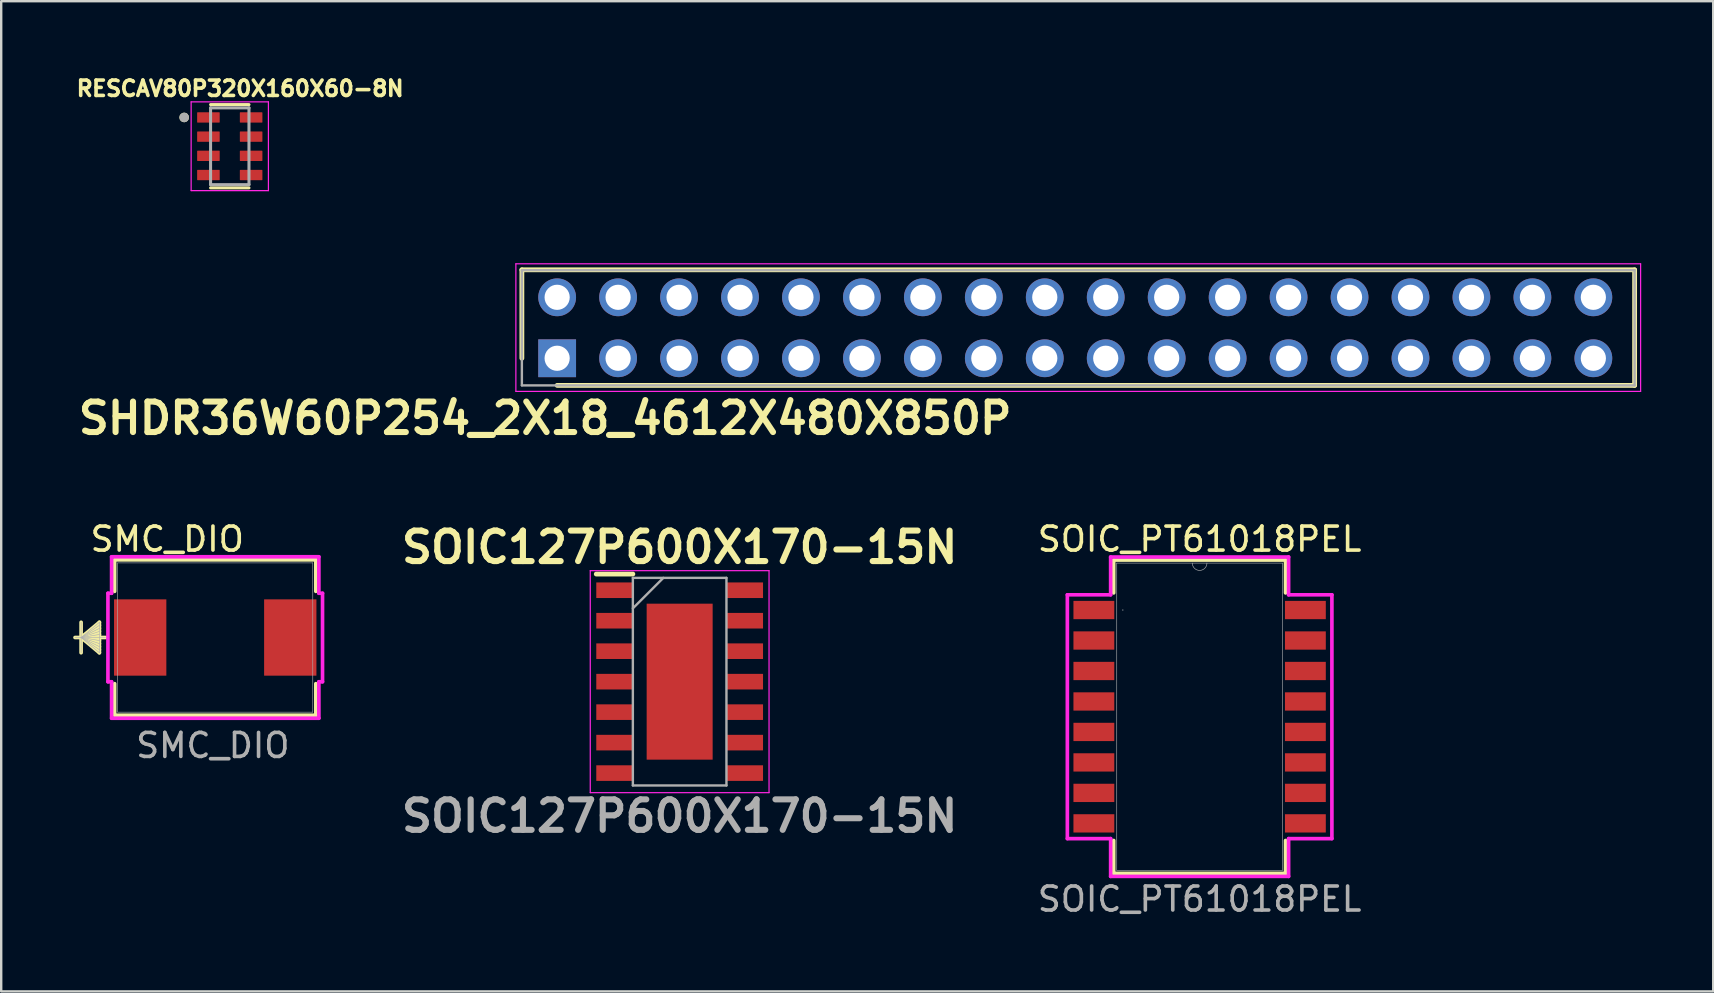
<source format=kicad_pcb>
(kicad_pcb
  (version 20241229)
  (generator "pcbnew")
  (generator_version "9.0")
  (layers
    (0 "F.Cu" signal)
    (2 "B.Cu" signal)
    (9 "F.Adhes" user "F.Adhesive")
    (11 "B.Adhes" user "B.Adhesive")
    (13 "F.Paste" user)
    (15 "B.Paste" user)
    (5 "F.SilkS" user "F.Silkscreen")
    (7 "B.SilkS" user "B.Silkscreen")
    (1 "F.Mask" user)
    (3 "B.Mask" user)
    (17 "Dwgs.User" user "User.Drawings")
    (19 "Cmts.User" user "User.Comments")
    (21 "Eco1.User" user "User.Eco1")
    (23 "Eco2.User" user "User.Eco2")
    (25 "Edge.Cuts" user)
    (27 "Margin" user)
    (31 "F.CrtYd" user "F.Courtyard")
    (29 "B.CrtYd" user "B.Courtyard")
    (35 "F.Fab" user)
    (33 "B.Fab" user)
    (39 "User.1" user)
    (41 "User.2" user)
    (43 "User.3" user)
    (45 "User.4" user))
  (footprint "SHDR36W60P254_2X18_4612X480X850P"
    (layer "F.Cu")
    (at 20.167 11.879)
    (property "Reference" "SHDR36W60P254_2X18_4612X480X850P" (at -0.5 2.5 0) (layer "F.SilkS") (effects (font (size 1.27 1.27) (thickness 0.254))))
    (attr through_hole)
    (fp_line (start -1.47 -3.685) (end -1.47 0) (stroke (width 0.2) (type solid)) (layer "F.SilkS"))
    (fp_line (start 0 1.13) (end 44.9 1.13) (stroke (width 0.2) (type solid)) (layer "F.SilkS"))
    (fp_line (start 44.9 -3.685) (end -1.47 -3.685) (stroke (width 0.2) (type solid)) (layer "F.SilkS"))
    (fp_line (start 44.9 1.13) (end 44.9 -3.685) (stroke (width 0.2) (type solid)) (layer "F.SilkS"))
    (fp_line (start -1.72 -3.935) (end 45.15 -3.935) (stroke (width 0.05) (type solid)) (layer "F.CrtYd"))
    (fp_line (start -1.72 1.38) (end -1.72 -3.935) (stroke (width 0.05) (type solid)) (layer "F.CrtYd"))
    (fp_line (start 45.15 -3.935) (end 45.15 1.38) (stroke (width 0.05) (type solid)) (layer "F.CrtYd"))
    (fp_line (start 45.15 1.38) (end -1.72 1.38) (stroke (width 0.05) (type solid)) (layer "F.CrtYd"))
    (fp_line (start -1.47 -3.67) (end 44.9 -3.67) (stroke (width 0.1) (type solid)) (layer "F.Fab"))
    (fp_line (start -1.47 1.13) (end -1.47 -3.67) (stroke (width 0.1) (type solid)) (layer "F.Fab"))
    (fp_line (start 44.9 -3.67) (end 44.9 1.13) (stroke (width 0.1) (type solid)) (layer "F.Fab"))
    (fp_line (start 44.9 1.13) (end -1.47 1.13) (stroke (width 0.1) (type solid)) (layer "F.Fab"))
    (pad "1" thru_hole rect (at 0 0) (size 1.575 1.575) (drill 1.05) (layers "*.Cu" "*.Mask"))
    (pad "2" thru_hole circle (at 0 -2.54) (size 1.575 1.575) (drill 1.05) (layers "*.Cu" "*.Mask"))
    (pad "3" thru_hole circle (at 2.54 0) (size 1.575 1.575) (drill 1.05) (layers "*.Cu" "*.Mask"))
    (pad "4" thru_hole circle (at 2.54 -2.54) (size 1.575 1.575) (drill 1.05) (layers "*.Cu" "*.Mask"))
    (pad "5" thru_hole circle (at 5.08 0) (size 1.575 1.575) (drill 1.05) (layers "*.Cu" "*.Mask"))
    (pad "6" thru_hole circle (at 5.08 -2.54) (size 1.575 1.575) (drill 1.05) (layers "*.Cu" "*.Mask"))
    (pad "7" thru_hole circle (at 7.62 0) (size 1.575 1.575) (drill 1.05) (layers "*.Cu" "*.Mask"))
    (pad "8" thru_hole circle (at 7.62 -2.54) (size 1.575 1.575) (drill 1.05) (layers "*.Cu" "*.Mask"))
    (pad "9" thru_hole circle (at 10.16 0) (size 1.575 1.575) (drill 1.05) (layers "*.Cu" "*.Mask"))
    (pad "10" thru_hole circle (at 10.16 -2.54) (size 1.575 1.575) (drill 1.05) (layers "*.Cu" "*.Mask"))
    (pad "11" thru_hole circle (at 12.7 0) (size 1.575 1.575) (drill 1.05) (layers "*.Cu" "*.Mask"))
    (pad "12" thru_hole circle (at 12.7 -2.54) (size 1.575 1.575) (drill 1.05) (layers "*.Cu" "*.Mask"))
    (pad "13" thru_hole circle (at 15.24 0) (size 1.575 1.575) (drill 1.05) (layers "*.Cu" "*.Mask"))
    (pad "14" thru_hole circle (at 15.24 -2.54) (size 1.575 1.575) (drill 1.05) (layers "*.Cu" "*.Mask"))
    (pad "15" thru_hole circle (at 17.78 0) (size 1.575 1.575) (drill 1.05) (layers "*.Cu" "*.Mask"))
    (pad "16" thru_hole circle (at 17.78 -2.54) (size 1.575 1.575) (drill 1.05) (layers "*.Cu" "*.Mask"))
    (pad "17" thru_hole circle (at 20.32 0) (size 1.575 1.575) (drill 1.05) (layers "*.Cu" "*.Mask"))
    (pad "18" thru_hole circle (at 20.32 -2.54) (size 1.575 1.575) (drill 1.05) (layers "*.Cu" "*.Mask"))
    (pad "19" thru_hole circle (at 22.86 0) (size 1.575 1.575) (drill 1.05) (layers "*.Cu" "*.Mask"))
    (pad "20" thru_hole circle (at 22.86 -2.54) (size 1.575 1.575) (drill 1.05) (layers "*.Cu" "*.Mask"))
    (pad "21" thru_hole circle (at 25.4 0) (size 1.575 1.575) (drill 1.05) (layers "*.Cu" "*.Mask"))
    (pad "22" thru_hole circle (at 25.4 -2.54) (size 1.575 1.575) (drill 1.05) (layers "*.Cu" "*.Mask"))
    (pad "23" thru_hole circle (at 27.94 0) (size 1.575 1.575) (drill 1.05) (layers "*.Cu" "*.Mask"))
    (pad "24" thru_hole circle (at 27.94 -2.54) (size 1.575 1.575) (drill 1.05) (layers "*.Cu" "*.Mask"))
    (pad "25" thru_hole circle (at 30.48 0) (size 1.575 1.575) (drill 1.05) (layers "*.Cu" "*.Mask"))
    (pad "26" thru_hole circle (at 30.48 -2.54) (size 1.575 1.575) (drill 1.05) (layers "*.Cu" "*.Mask"))
    (pad "27" thru_hole circle (at 33.02 0) (size 1.575 1.575) (drill 1.05) (layers "*.Cu" "*.Mask"))
    (pad "28" thru_hole circle (at 33.02 -2.54) (size 1.575 1.575) (drill 1.05) (layers "*.Cu" "*.Mask"))
    (pad "29" thru_hole circle (at 35.56 0) (size 1.575 1.575) (drill 1.05) (layers "*.Cu" "*.Mask"))
    (pad "30" thru_hole circle (at 35.56 -2.54) (size 1.575 1.575) (drill 1.05) (layers "*.Cu" "*.Mask"))
    (pad "31" thru_hole circle (at 38.1 0) (size 1.575 1.575) (drill 1.05) (layers "*.Cu" "*.Mask"))
    (pad "32" thru_hole circle (at 38.1 -2.54) (size 1.575 1.575) (drill 1.05) (layers "*.Cu" "*.Mask"))
    (pad "33" thru_hole circle (at 40.64 0) (size 1.575 1.575) (drill 1.05) (layers "*.Cu" "*.Mask"))
    (pad "34" thru_hole circle (at 40.64 -2.54) (size 1.575 1.575) (drill 1.05) (layers "*.Cu" "*.Mask"))
    (pad "35" thru_hole circle (at 43.18 0) (size 1.575 1.575) (drill 1.05) (layers "*.Cu" "*.Mask"))
    (pad "36" thru_hole circle (at 43.18 -2.54) (size 1.575 1.575) (drill 1.05) (layers "*.Cu" "*.Mask")))
  (footprint "SOIC_PT61018PEL"
    (layer "F.Cu")
    (at 46.94 26.816)
    (property "Reference" "SOIC_PT61018PEL" (at 0 -7.4 0) (unlocked yes) (layer "F.SilkS") (effects (font (size 1 1) (thickness 0.15))))
    (attr smd)
    (fp_line (start -3.581 -6.528) (end -3.581 -5.159) (stroke (width 0.152) (type solid)) (layer "F.SilkS"))
    (fp_line (start -3.581 5.159) (end -3.581 6.528) (stroke (width 0.152) (type solid)) (layer "F.SilkS"))
    (fp_line (start -3.581 6.528) (end 3.581 6.528) (stroke (width 0.152) (type solid)) (layer "F.SilkS"))
    (fp_line (start 3.581 -6.528) (end -3.581 -6.528) (stroke (width 0.152) (type solid)) (layer "F.SilkS"))
    (fp_line (start 3.581 -5.159) (end 3.581 -6.528) (stroke (width 0.152) (type solid)) (layer "F.SilkS"))
    (fp_line (start 3.581 6.528) (end 3.581 5.159) (stroke (width 0.152) (type solid)) (layer "F.SilkS"))
    (fp_line (start -5.512 -5.08) (end -3.708 -5.08) (stroke (width 0.152) (type solid)) (layer "F.CrtYd"))
    (fp_line (start -5.512 5.08) (end -5.512 -5.08) (stroke (width 0.152) (type solid)) (layer "F.CrtYd"))
    (fp_line (start -5.512 5.08) (end -3.708 5.08) (stroke (width 0.152) (type solid)) (layer "F.CrtYd"))
    (fp_line (start -3.708 -6.655) (end 3.708 -6.655) (stroke (width 0.152) (type solid)) (layer "F.CrtYd"))
    (fp_line (start -3.708 -5.08) (end -3.708 -6.655) (stroke (width 0.152) (type solid)) (layer "F.CrtYd"))
    (fp_line (start -3.708 6.655) (end -3.708 5.08) (stroke (width 0.152) (type solid)) (layer "F.CrtYd"))
    (fp_line (start 3.708 -6.655) (end 3.708 -5.08) (stroke (width 0.152) (type solid)) (layer "F.CrtYd"))
    (fp_line (start 3.708 5.08) (end 3.708 6.655) (stroke (width 0.152) (type solid)) (layer "F.CrtYd"))
    (fp_line (start 3.708 6.655) (end -3.708 6.655) (stroke (width 0.152) (type solid)) (layer "F.CrtYd"))
    (fp_line (start 5.512 -5.08) (end 3.708 -5.08) (stroke (width 0.152) (type solid)) (layer "F.CrtYd"))
    (fp_line (start 5.512 -5.08) (end 5.512 5.08) (stroke (width 0.152) (type solid)) (layer "F.CrtYd"))
    (fp_line (start 5.512 5.08) (end 3.708 5.08) (stroke (width 0.152) (type solid)) (layer "F.CrtYd"))
    (fp_line (start -3.454 -6.401) (end -3.454 6.401) (stroke (width 0.025) (type solid)) (layer "F.Fab"))
    (fp_line (start -3.454 6.401) (end 3.454 6.401) (stroke (width 0.025) (type solid)) (layer "F.Fab"))
    (fp_line (start 3.454 -6.401) (end -3.454 -6.401) (stroke (width 0.025) (type solid)) (layer "F.Fab"))
    (fp_line (start 3.454 6.401) (end 3.454 -6.401) (stroke (width 0.025) (type solid)) (layer "F.Fab"))
    (fp_arc (start 0.3048 -6.4008) (mid 0 -6.096) (end -0.3048 -6.4008) (stroke (width 0.0254) (type solid)) (layer "F.Fab"))
    (fp_circle (center -3.2 -4.445) (end -3.2 -4.445) (stroke (width 0.025) (type solid)) (fill no) (layer "F.Fab"))
    (fp_text user "${REFERENCE}" (at 0 7.6 0) (unlocked yes) (layer "F.Fab") (effects (font (size 1 1) (thickness 0.15))))
    (pad "1" smd rect (at -4.407 -4.445) (size 1.702 0.762) (layers "F.Cu" "F.Mask" "F.Paste"))
    (pad "2" smd rect (at -4.407 -3.175) (size 1.702 0.762) (layers "F.Cu" "F.Mask" "F.Paste"))
    (pad "3" smd rect (at -4.407 -1.905) (size 1.702 0.762) (layers "F.Cu" "F.Mask" "F.Paste"))
    (pad "4" smd rect (at -4.407 -0.635) (size 1.702 0.762) (layers "F.Cu" "F.Mask" "F.Paste"))
    (pad "5" smd rect (at -4.407 0.635) (size 1.702 0.762) (layers "F.Cu" "F.Mask" "F.Paste"))
    (pad "6" smd rect (at -4.407 1.905) (size 1.702 0.762) (layers "F.Cu" "F.Mask" "F.Paste"))
    (pad "7" smd rect (at -4.407 3.175) (size 1.702 0.762) (layers "F.Cu" "F.Mask" "F.Paste"))
    (pad "8" smd rect (at -4.407 4.445) (size 1.702 0.762) (layers "F.Cu" "F.Mask" "F.Paste"))
    (pad "9" smd rect (at 4.407 4.445) (size 1.702 0.762) (layers "F.Cu" "F.Mask" "F.Paste"))
    (pad "10" smd rect (at 4.407 3.175) (size 1.702 0.762) (layers "F.Cu" "F.Mask" "F.Paste"))
    (pad "11" smd rect (at 4.407 1.905) (size 1.702 0.762) (layers "F.Cu" "F.Mask" "F.Paste"))
    (pad "12" smd rect (at 4.407 0.635) (size 1.702 0.762) (layers "F.Cu" "F.Mask" "F.Paste"))
    (pad "13" smd rect (at 4.407 -0.635) (size 1.702 0.762) (layers "F.Cu" "F.Mask" "F.Paste"))
    (pad "14" smd rect (at 4.407 -1.905) (size 1.702 0.762) (layers "F.Cu" "F.Mask" "F.Paste"))
    (pad "15" smd rect (at 4.407 -3.175) (size 1.702 0.762) (layers "F.Cu" "F.Mask" "F.Paste"))
    (pad "16" smd rect (at 4.407 -4.445) (size 1.702 0.762) (layers "F.Cu" "F.Mask" "F.Paste")))
  (footprint "SMC_DIO"
    (layer "F.Cu")
    (at 5.919 23.516)
    (property "Reference" "SMC_DIO" (at -2 -4.1 0) (unlocked yes) (layer "F.SilkS") (effects (font (size 1 1) (thickness 0.15))))
    (attr smd)
    (fp_line (start -5.589 -0.635) (end -5.589 0.635) (stroke (width 0.152) (type solid)) (layer "F.SilkS"))
    (fp_line (start -5.589 0) (end -4.827 -0.635) (stroke (width 0.152) (type solid)) (layer "F.SilkS"))
    (fp_line (start -5.589 0) (end -4.827 -0.508) (stroke (width 0.152) (type solid)) (layer "F.SilkS"))
    (fp_line (start -5.589 0) (end -4.827 -0.381) (stroke (width 0.152) (type solid)) (layer "F.SilkS"))
    (fp_line (start -5.589 0) (end -4.827 -0.254) (stroke (width 0.152) (type solid)) (layer "F.SilkS"))
    (fp_line (start -5.589 0) (end -4.827 -0.127) (stroke (width 0.152) (type solid)) (layer "F.SilkS"))
    (fp_line (start -5.589 0) (end -4.827 0.127) (stroke (width 0.152) (type solid)) (layer "F.SilkS"))
    (fp_line (start -5.589 0) (end -4.827 0.254) (stroke (width 0.152) (type solid)) (layer "F.SilkS"))
    (fp_line (start -5.589 0) (end -4.827 0.381) (stroke (width 0.152) (type solid)) (layer "F.SilkS"))
    (fp_line (start -5.589 0) (end -4.827 0.508) (stroke (width 0.152) (type solid)) (layer "F.SilkS"))
    (fp_line (start -5.589 0) (end -4.827 0.635) (stroke (width 0.152) (type solid)) (layer "F.SilkS"))
    (fp_line (start -4.827 -0.635) (end -4.827 0.635) (stroke (width 0.152) (type solid)) (layer "F.SilkS"))
    (fp_line (start -4.573 0) (end -5.843 0) (stroke (width 0.152) (type solid)) (layer "F.SilkS"))
    (fp_line (start -4.192 -3.237) (end -4.192 -1.923) (stroke (width 0.152) (type solid)) (layer "F.SilkS"))
    (fp_line (start -4.192 1.923) (end -4.192 3.237) (stroke (width 0.152) (type solid)) (layer "F.SilkS"))
    (fp_line (start -4.192 3.237) (end 4.192 3.237) (stroke (width 0.152) (type solid)) (layer "F.SilkS"))
    (fp_line (start 4.192 -3.237) (end -4.192 -3.237) (stroke (width 0.152) (type solid)) (layer "F.SilkS"))
    (fp_line (start 4.192 -1.923) (end 4.192 -3.237) (stroke (width 0.152) (type solid)) (layer "F.SilkS"))
    (fp_line (start 4.192 3.237) (end 4.192 1.923) (stroke (width 0.152) (type solid)) (layer "F.SilkS"))
    (fp_line (start -4.471 -1.844) (end -4.319 -1.844) (stroke (width 0.152) (type solid)) (layer "F.CrtYd"))
    (fp_line (start -4.471 1.844) (end -4.471 -1.844) (stroke (width 0.152) (type solid)) (layer "F.CrtYd"))
    (fp_line (start -4.319 -3.364) (end 4.319 -3.364) (stroke (width 0.152) (type solid)) (layer "F.CrtYd"))
    (fp_line (start -4.319 -1.844) (end -4.319 -3.364) (stroke (width 0.152) (type solid)) (layer "F.CrtYd"))
    (fp_line (start -4.319 1.844) (end -4.471 1.844) (stroke (width 0.152) (type solid)) (layer "F.CrtYd"))
    (fp_line (start -4.319 3.364) (end -4.319 1.844) (stroke (width 0.152) (type solid)) (layer "F.CrtYd"))
    (fp_line (start 4.319 -3.364) (end 4.319 -1.844) (stroke (width 0.152) (type solid)) (layer "F.CrtYd"))
    (fp_line (start 4.319 -1.844) (end 4.471 -1.844) (stroke (width 0.152) (type solid)) (layer "F.CrtYd"))
    (fp_line (start 4.319 1.844) (end 4.319 3.364) (stroke (width 0.152) (type solid)) (layer "F.CrtYd"))
    (fp_line (start 4.319 3.364) (end -4.319 3.364) (stroke (width 0.152) (type solid)) (layer "F.CrtYd"))
    (fp_line (start 4.471 -1.844) (end 4.471 1.844) (stroke (width 0.152) (type solid)) (layer "F.CrtYd"))
    (fp_line (start 4.471 1.844) (end 4.319 1.844) (stroke (width 0.152) (type solid)) (layer "F.CrtYd"))
    (fp_line (start -5.589 -0.635) (end -5.589 0.635) (stroke (width 0.025) (type solid)) (layer "F.Fab"))
    (fp_line (start -5.589 0) (end -4.827 -0.635) (stroke (width 0.025) (type solid)) (layer "F.Fab"))
    (fp_line (start -5.589 0) (end -4.827 -0.508) (stroke (width 0.025) (type solid)) (layer "F.Fab"))
    (fp_line (start -5.589 0) (end -4.827 -0.381) (stroke (width 0.025) (type solid)) (layer "F.Fab"))
    (fp_line (start -5.589 0) (end -4.827 -0.254) (stroke (width 0.025) (type solid)) (layer "F.Fab"))
    (fp_line (start -5.589 0) (end -4.827 -0.127) (stroke (width 0.025) (type solid)) (layer "F.Fab"))
    (fp_line (start -5.589 0) (end -4.827 0.127) (stroke (width 0.025) (type solid)) (layer "F.Fab"))
    (fp_line (start -5.589 0) (end -4.827 0.254) (stroke (width 0.025) (type solid)) (layer "F.Fab"))
    (fp_line (start -5.589 0) (end -4.827 0.381) (stroke (width 0.025) (type solid)) (layer "F.Fab"))
    (fp_line (start -5.589 0) (end -4.827 0.508) (stroke (width 0.025) (type solid)) (layer "F.Fab"))
    (fp_line (start -5.589 0) (end -4.827 0.635) (stroke (width 0.025) (type solid)) (layer "F.Fab"))
    (fp_line (start -4.827 -0.635) (end -4.827 0.635) (stroke (width 0.025) (type solid)) (layer "F.Fab"))
    (fp_line (start -4.573 0) (end -5.843 0) (stroke (width 0.025) (type solid)) (layer "F.Fab"))
    (fp_line (start -4.065 -3.11) (end -4.065 3.11) (stroke (width 0.025) (type solid)) (layer "F.Fab"))
    (fp_line (start -4.065 3.11) (end 4.065 3.11) (stroke (width 0.025) (type solid)) (layer "F.Fab"))
    (fp_line (start 4.065 -3.11) (end -4.065 -3.11) (stroke (width 0.025) (type solid)) (layer "F.Fab"))
    (fp_line (start 4.065 3.11) (end 4.065 -3.11) (stroke (width 0.025) (type solid)) (layer "F.Fab"))
    (fp_text user "${REFERENCE}" (at -0.1 4.5 0) (unlocked yes) (layer "F.Fab") (effects (font (size 1 1) (thickness 0.15))))
    (pad "1" smd rect (at -3.127 0 90) (size 3.18 2.18) (layers "F.Cu" "F.Mask" "F.Paste"))
    (pad "2" smd rect (at 3.127 0 90) (size 3.18 2.18) (layers "F.Cu" "F.Mask" "F.Paste"))
    (zone (net_name "") (layer "F.Cu") (hatch full 0.508) (connect_pads) (min_thickness 0.254) (filled_areas_thickness no) (keepout (tracks not_allowed) (vias not_allowed) (pads allowed) (copperpour not_allowed) (footprints allowed)) (placement (enabled no)) (fill) (polygon (pts (xy 1.905 20.457) (xy 9.933 20.457) (xy 9.933 21.875) (xy 1.905 21.875))))
    (zone (net_name "") (layer "F.Cu") (hatch full 0.508) (connect_pads) (min_thickness 0.254) (filled_areas_thickness no) (keepout (tracks not_allowed) (vias not_allowed) (pads allowed) (copperpour not_allowed) (footprints allowed)) (placement (enabled no)) (fill) (polygon (pts (xy 1.905 25.157) (xy 9.933 25.157) (xy 9.933 26.575) (xy 1.905 26.575))))
    (zone (net_name "") (layer "F.Cu") (hatch full 0.508) (connect_pads) (min_thickness 0.254) (filled_areas_thickness no) (keepout (tracks not_allowed) (vias not_allowed) (pads allowed) (copperpour not_allowed) (footprints allowed)) (placement (enabled no)) (fill) (polygon (pts (xy 3.933 21.875) (xy 7.905 21.875) (xy 7.905 25.157) (xy 3.933 25.157)))))
  (footprint "RESCAV80P320X160X60-8N"
    (layer "F.Cu")
    (at 6.525 3.044)
    (property "Reference" "RESCAV80P320X160X60-8N" (at 0.432 -2.406 0) (layer "F.SilkS") (effects (font (size 0.64 0.64) (thickness 0.15))))
    (attr smd)
    (fp_line (start -0.8 -1.735) (end 0.8 -1.735) (stroke (width 0.127) (type solid)) (layer "F.SilkS"))
    (fp_line (start -0.8 1.735) (end 0.8 1.735) (stroke (width 0.127) (type solid)) (layer "F.SilkS"))
    (fp_circle (center -1.9 -1.2) (end -1.8 -1.2) (stroke (width 0.2) (type solid)) (fill no) (layer "F.SilkS"))
    (fp_line (start -1.61 -1.85) (end 1.61 -1.85) (stroke (width 0.05) (type solid)) (layer "F.CrtYd"))
    (fp_line (start -1.61 1.85) (end -1.61 -1.85) (stroke (width 0.05) (type solid)) (layer "F.CrtYd"))
    (fp_line (start 1.61 -1.85) (end 1.61 1.85) (stroke (width 0.05) (type solid)) (layer "F.CrtYd"))
    (fp_line (start 1.61 1.85) (end -1.61 1.85) (stroke (width 0.05) (type solid)) (layer "F.CrtYd"))
    (fp_line (start -0.8 -1.6) (end 0.8 -1.6) (stroke (width 0.127) (type solid)) (layer "F.Fab"))
    (fp_line (start -0.8 1.6) (end -0.8 -1.6) (stroke (width 0.127) (type solid)) (layer "F.Fab"))
    (fp_line (start 0.8 -1.6) (end 0.8 1.6) (stroke (width 0.127) (type solid)) (layer "F.Fab"))
    (fp_line (start 0.8 1.6) (end -0.8 1.6) (stroke (width 0.127) (type solid)) (layer "F.Fab"))
    (fp_circle (center -1.9 -1.2) (end -1.8 -1.2) (stroke (width 0.2) (type solid)) (fill no) (layer "F.Fab"))
    (pad "1" smd roundrect (at -0.89 -1.2) (size 0.94 0.43) (layers "F.Cu" "F.Mask" "F.Paste") (roundrect_rratio 0.05))
    (pad "2" smd roundrect (at -0.89 -0.4) (size 0.94 0.43) (layers "F.Cu" "F.Mask" "F.Paste") (roundrect_rratio 0.05))
    (pad "3" smd roundrect (at -0.89 0.4) (size 0.94 0.43) (layers "F.Cu" "F.Mask" "F.Paste") (roundrect_rratio 0.05))
    (pad "4" smd roundrect (at -0.89 1.2) (size 0.94 0.43) (layers "F.Cu" "F.Mask" "F.Paste") (roundrect_rratio 0.05))
    (pad "5" smd roundrect (at 0.89 1.2 180) (size 0.94 0.43) (layers "F.Cu" "F.Mask" "F.Paste") (roundrect_rratio 0.05))
    (pad "6" smd roundrect (at 0.89 0.4 180) (size 0.94 0.43) (layers "F.Cu" "F.Mask" "F.Paste") (roundrect_rratio 0.05))
    (pad "7" smd roundrect (at 0.89 -0.4 180) (size 0.94 0.43) (layers "F.Cu" "F.Mask" "F.Paste") (roundrect_rratio 0.05))
    (pad "8" smd roundrect (at 0.89 -1.2 180) (size 0.94 0.43) (layers "F.Cu" "F.Mask" "F.Paste") (roundrect_rratio 0.05)))
  (footprint "SOIC127P600X170-15N"
    (layer "F.Cu")
    (at 25.272 25.356)
    (property "Reference" "SOIC127P600X170-15N" (at 0 -5.6 0) (layer "F.SilkS") (effects (font (size 1.27 1.27) (thickness 0.254))))
    (attr smd)
    (fp_line (start -3.475 -4.485) (end -1.95 -4.485) (stroke (width 0.2) (type solid)) (layer "F.SilkS"))
    (fp_line (start -3.725 -4.625) (end 3.725 -4.625) (stroke (width 0.05) (type solid)) (layer "F.CrtYd"))
    (fp_line (start -3.725 4.625) (end -3.725 -4.625) (stroke (width 0.05) (type solid)) (layer "F.CrtYd"))
    (fp_line (start 3.725 -4.625) (end 3.725 4.625) (stroke (width 0.05) (type solid)) (layer "F.CrtYd"))
    (fp_line (start 3.725 4.625) (end -3.725 4.625) (stroke (width 0.05) (type solid)) (layer "F.CrtYd"))
    (fp_line (start -1.95 -4.325) (end 1.95 -4.325) (stroke (width 0.1) (type solid)) (layer "F.Fab"))
    (fp_line (start -1.95 -3.055) (end -0.68 -4.325) (stroke (width 0.1) (type solid)) (layer "F.Fab"))
    (fp_line (start -1.95 4.325) (end -1.95 -4.325) (stroke (width 0.1) (type solid)) (layer "F.Fab"))
    (fp_line (start 1.95 -4.325) (end 1.95 4.325) (stroke (width 0.1) (type solid)) (layer "F.Fab"))
    (fp_line (start 1.95 4.325) (end -1.95 4.325) (stroke (width 0.1) (type solid)) (layer "F.Fab"))
    (fp_text user "${REFERENCE}" (at 0 5.6 0) (layer "F.Fab") (effects (font (size 1.27 1.27) (thickness 0.254))))
    (pad "1" smd rect (at -2.712 -3.81 90) (size 0.65 1.525) (layers "F.Cu" "F.Mask" "F.Paste"))
    (pad "2" smd rect (at -2.712 -2.54 90) (size 0.65 1.525) (layers "F.Cu" "F.Mask" "F.Paste"))
    (pad "3" smd rect (at -2.712 -1.27 90) (size 0.65 1.525) (layers "F.Cu" "F.Mask" "F.Paste"))
    (pad "4" smd rect (at -2.712 0 90) (size 0.65 1.525) (layers "F.Cu" "F.Mask" "F.Paste"))
    (pad "5" smd rect (at -2.712 1.27 90) (size 0.65 1.525) (layers "F.Cu" "F.Mask" "F.Paste"))
    (pad "6" smd rect (at -2.712 2.54 90) (size 0.65 1.525) (layers "F.Cu" "F.Mask" "F.Paste"))
    (pad "7" smd rect (at -2.712 3.81 90) (size 0.65 1.525) (layers "F.Cu" "F.Mask" "F.Paste"))
    (pad "8" smd rect (at 2.712 3.81 90) (size 0.65 1.525) (layers "F.Cu" "F.Mask" "F.Paste"))
    (pad "9" smd rect (at 2.712 2.54 90) (size 0.65 1.525) (layers "F.Cu" "F.Mask" "F.Paste"))
    (pad "10" smd rect (at 2.712 1.27 90) (size 0.65 1.525) (layers "F.Cu" "F.Mask" "F.Paste"))
    (pad "11" smd rect (at 2.712 0 90) (size 0.65 1.525) (layers "F.Cu" "F.Mask" "F.Paste"))
    (pad "12" smd rect (at 2.712 -1.27 90) (size 0.65 1.525) (layers "F.Cu" "F.Mask" "F.Paste"))
    (pad "13" smd rect (at 2.712 -2.54 90) (size 0.65 1.525) (layers "F.Cu" "F.Mask" "F.Paste"))
    (pad "14" smd rect (at 2.712 -3.81 90) (size 0.65 1.525) (layers "F.Cu" "F.Mask" "F.Paste"))
    (pad "15" smd rect (at 0 0) (size 2.75 6.5) (layers "F.Cu" "F.Mask" "F.Paste")))
  (gr_rect
    (start -3 -3)
    (end 68.342 38.264)
    (stroke (width 0.1) (type default))
    (fill no)
    (layer "Edge.Cuts")))
</source>
